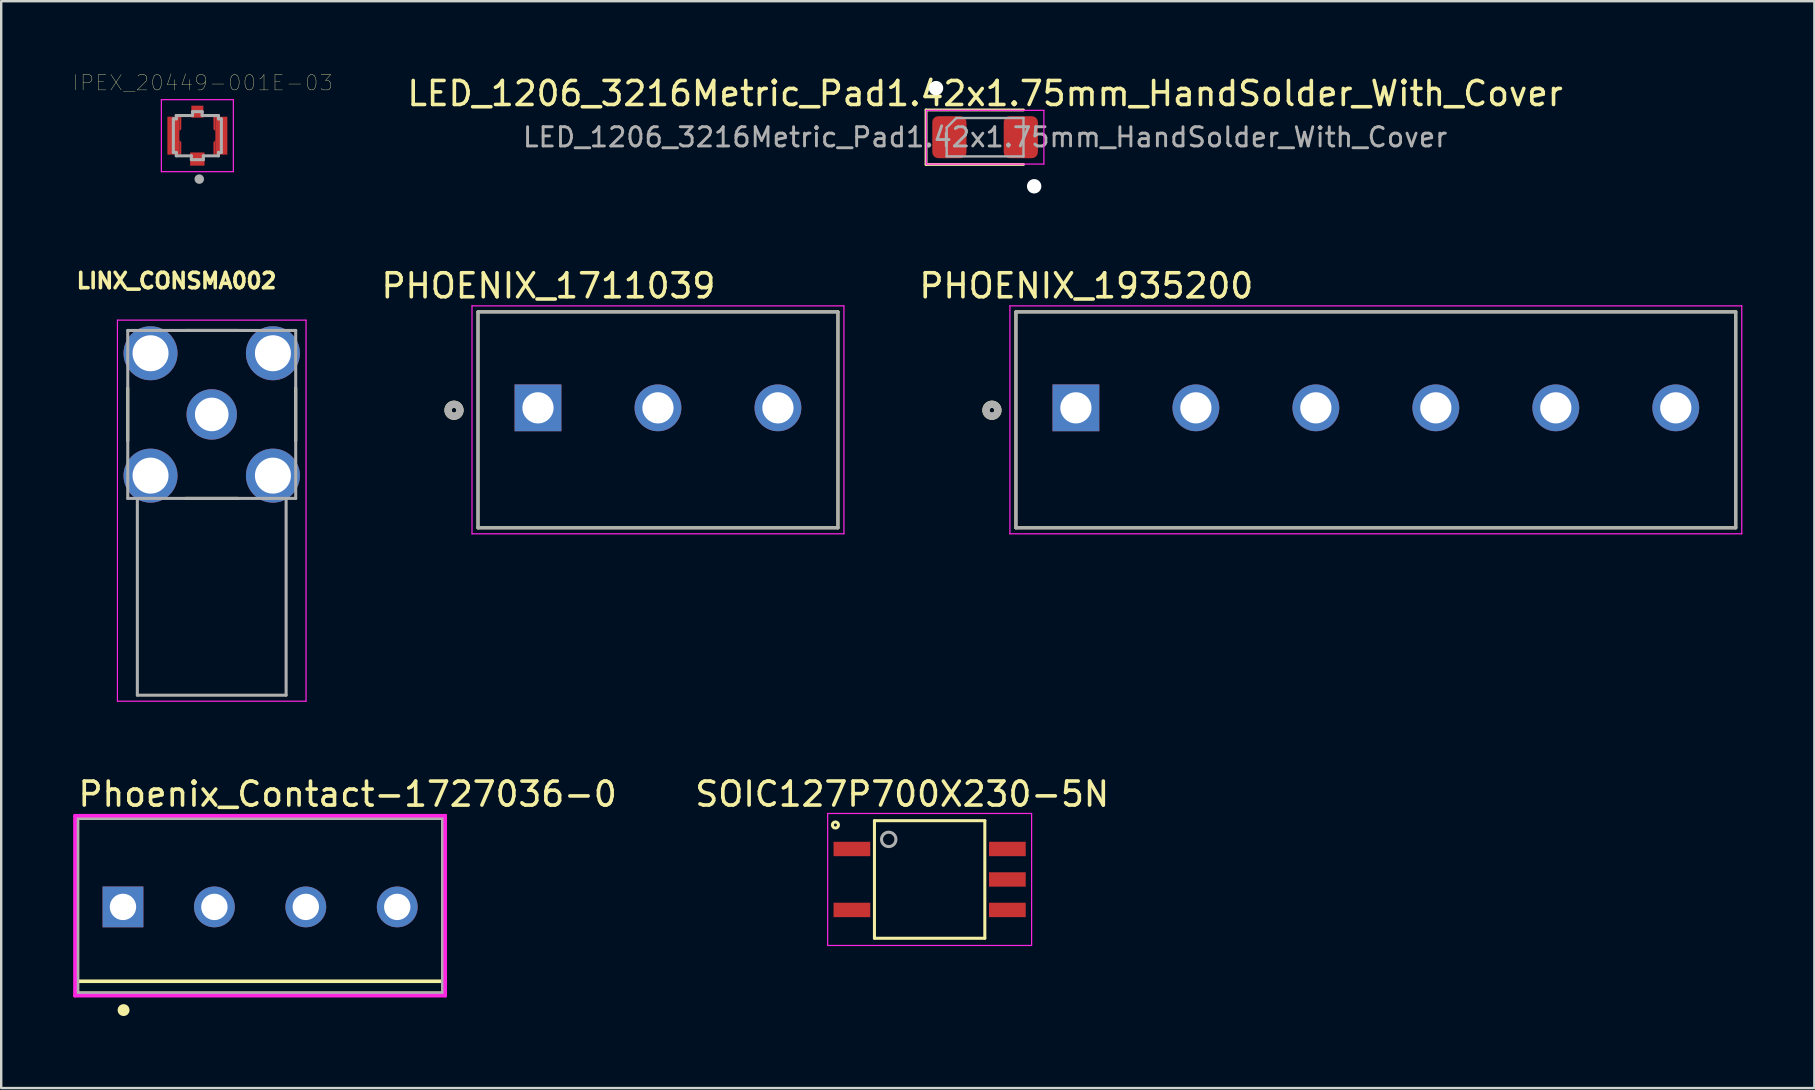
<source format=kicad_pcb>
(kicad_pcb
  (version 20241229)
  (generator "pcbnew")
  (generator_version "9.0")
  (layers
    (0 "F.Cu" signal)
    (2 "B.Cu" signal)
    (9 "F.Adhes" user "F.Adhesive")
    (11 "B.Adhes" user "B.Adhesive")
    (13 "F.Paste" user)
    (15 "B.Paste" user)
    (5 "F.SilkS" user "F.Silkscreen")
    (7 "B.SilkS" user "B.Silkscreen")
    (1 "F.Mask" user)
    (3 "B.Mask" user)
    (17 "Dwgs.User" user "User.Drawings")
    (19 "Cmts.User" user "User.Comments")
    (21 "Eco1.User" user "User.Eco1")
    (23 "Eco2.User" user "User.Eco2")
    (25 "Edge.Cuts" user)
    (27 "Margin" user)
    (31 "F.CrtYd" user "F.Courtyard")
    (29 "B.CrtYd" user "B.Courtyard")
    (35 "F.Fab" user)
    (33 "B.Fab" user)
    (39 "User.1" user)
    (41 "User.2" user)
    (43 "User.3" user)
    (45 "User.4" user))
  (footprint "Phoenix_Contact-1727036-0"
    (layer "F.Cu")
    (at 7.79 34.696)
    (property "Reference" "Phoenix_Contact-1727036-0" (at -7.665 -4.65 0) (layer "F.SilkS") (effects (font (size 1 1) (thickness 0.15)) (justify left)))
    (attr through_hole)
    (fp_line (start -7.615 -3.65) (end 7.615 -3.65) (stroke (width 0.15) (type solid)) (layer "F.SilkS"))
    (fp_line (start -7.615 3.65) (end -7.615 -3.65) (stroke (width 0.15) (type solid)) (layer "F.SilkS"))
    (fp_line (start 7.615 -3.65) (end 7.615 3.65) (stroke (width 0.15) (type solid)) (layer "F.SilkS"))
    (fp_line (start 7.615 3.15) (end -7.615 3.15) (stroke (width 0.15) (type solid)) (layer "F.SilkS"))
    (fp_line (start 7.615 3.65) (end -7.615 3.65) (stroke (width 0.15) (type solid)) (layer "F.SilkS"))
    (fp_circle (center -5.69 4.35) (end -5.565 4.35) (stroke (width 0.25) (type solid)) (fill no) (layer "F.SilkS"))
    (fp_line (start -7.715 -3.75) (end -7.715 3.75) (stroke (width 0.15) (type solid)) (layer "F.CrtYd"))
    (fp_line (start -7.715 3.75) (end 7.715 3.75) (stroke (width 0.15) (type solid)) (layer "F.CrtYd"))
    (fp_line (start 7.715 -3.75) (end -7.715 -3.75) (stroke (width 0.15) (type solid)) (layer "F.CrtYd"))
    (fp_line (start 7.715 -3.75) (end 7.715 -3.75) (stroke (width 0.15) (type solid)) (layer "F.CrtYd"))
    (fp_line (start 7.715 3.75) (end 7.715 -3.75) (stroke (width 0.15) (type solid)) (layer "F.CrtYd"))
    (fp_line (start -7.615 -3.65) (end 7.615 -3.65) (stroke (width 0.15) (type solid)) (layer "F.Fab"))
    (fp_line (start -7.615 3.65) (end -7.615 -3.65) (stroke (width 0.15) (type solid)) (layer "F.Fab"))
    (fp_line (start 7.615 -3.65) (end 7.615 3.65) (stroke (width 0.15) (type solid)) (layer "F.Fab"))
    (fp_line (start 7.615 3.65) (end -7.615 3.65) (stroke (width 0.15) (type solid)) (layer "F.Fab"))
    (pad "1" thru_hole rect (at -5.715 0.05) (size 1.7 1.7) (drill 1.1) (layers "*.Cu"))
    (pad "2" thru_hole circle (at -1.905 0.05) (size 1.7 1.7) (drill 1.1) (layers "*.Cu"))
    (pad "3" thru_hole circle (at 1.905 0.05) (size 1.7 1.7) (drill 1.1) (layers "*.Cu"))
    (pad "4" thru_hole circle (at 5.715 0.05) (size 1.7 1.7) (drill 1.1) (layers "*.Cu")))
  (footprint "LINX_CONSMA002"
    (layer "F.Cu")
    (at 5.774 14.222)
    (property "Reference" "LINX_CONSMA002" (at -1.468 -5.571 0) (layer "F.SilkS") (effects (font (size 0.64 0.64) (thickness 0.15))))
    (attr through_hole)
    (fp_line (start -3.5 -1.1) (end -3.5 1.1) (stroke (width 0.127) (type solid)) (layer "F.SilkS"))
    (fp_line (start -1.1 -3.5) (end 1.1 -3.5) (stroke (width 0.127) (type solid)) (layer "F.SilkS"))
    (fp_line (start -1.1 3.5) (end 1.1 3.5) (stroke (width 0.127) (type solid)) (layer "F.SilkS"))
    (fp_line (start 3.5 -1.1) (end 3.5 1.1) (stroke (width 0.127) (type solid)) (layer "F.SilkS"))
    (fp_line (start -3.93 -3.93) (end 3.93 -3.93) (stroke (width 0.05) (type solid)) (layer "F.CrtYd"))
    (fp_line (start -3.93 11.95) (end -3.93 -3.93) (stroke (width 0.05) (type solid)) (layer "F.CrtYd"))
    (fp_line (start 3.93 -3.93) (end 3.93 11.95) (stroke (width 0.05) (type solid)) (layer "F.CrtYd"))
    (fp_line (start 3.93 11.95) (end -3.93 11.95) (stroke (width 0.05) (type solid)) (layer "F.CrtYd"))
    (fp_line (start -3.5 -3.5) (end 3.5 -3.5) (stroke (width 0.127) (type solid)) (layer "F.Fab"))
    (fp_line (start -3.5 3.5) (end -3.5 -3.5) (stroke (width 0.127) (type solid)) (layer "F.Fab"))
    (fp_line (start -3.1 3.5) (end -3.5 3.5) (stroke (width 0.127) (type solid)) (layer "F.Fab"))
    (fp_line (start -3.1 3.5) (end -3.1 11.7) (stroke (width 0.127) (type solid)) (layer "F.Fab"))
    (fp_line (start -3.1 11.7) (end 3.1 11.7) (stroke (width 0.127) (type solid)) (layer "F.Fab"))
    (fp_line (start 3.1 3.5) (end -3.1 3.5) (stroke (width 0.127) (type solid)) (layer "F.Fab"))
    (fp_line (start 3.1 11.7) (end 3.1 3.5) (stroke (width 0.127) (type solid)) (layer "F.Fab"))
    (fp_line (start 3.5 -3.5) (end 3.5 3.5) (stroke (width 0.127) (type solid)) (layer "F.Fab"))
    (fp_line (start 3.5 3.5) (end 3.1 3.5) (stroke (width 0.127) (type solid)) (layer "F.Fab"))
    (pad "1" thru_hole circle (at 0 0) (size 2.1 2.1) (drill 1.4) (layers "*.Cu" "*.Mask"))
    (pad "2" thru_hole circle (at -2.55 -2.55) (size 2.25 2.25) (drill 1.5) (layers "*.Cu" "*.Mask"))
    (pad "2" thru_hole circle (at -2.55 2.55) (size 2.25 2.25) (drill 1.5) (layers "*.Cu" "*.Mask"))
    (pad "2" thru_hole circle (at 2.55 -2.55) (size 2.25 2.25) (drill 1.5) (layers "*.Cu" "*.Mask"))
    (pad "2" thru_hole circle (at 2.55 2.55) (size 2.25 2.25) (drill 1.5) (layers "*.Cu" "*.Mask")))
  (footprint "IPEX_20449-001E-03"
    (layer "F.Cu")
    (at 5.175 2.604)
    (property "Reference" "IPEX_20449-001E-03" (at 0.229 -2.203 0) (layer "F.SilkS") (effects (font (size 0.641 0.641) (thickness 0.015))))
    (attr through_hole)
    (fp_poly (pts (xy -0.75 -0.79) (xy -0.67 -0.79) (xy -0.67 -0.27) (xy -0.75 -0.19) (xy -0.75 0.19) (xy -0.67 0.27) (xy -0.67 0.79) (xy -0.75 0.79)) (stroke (width 0.001) (type solid)) (fill yes) (layer "F.Cu"))
    (fp_poly (pts (xy 0.75 0.79) (xy 0.67 0.79) (xy 0.67 0.27) (xy 0.75 0.19) (xy 0.75 -0.19) (xy 0.67 -0.27) (xy 0.67 -0.79) (xy 0.75 -0.79)) (stroke (width 0.001) (type solid)) (fill yes) (layer "F.Cu"))
    (fp_poly (pts (xy -0.67 0.27) (xy -0.75 0.19) (xy -0.75 -0.19) (xy -0.67 -0.27) (xy -0.67 -0.79) (xy -0.25 -0.79) (xy -0.25 -0.75) (xy 0.25 -0.75) (xy 0.25 -0.79) (xy 0.67 -0.79) (xy 0.67 -0.27) (xy 0.75 -0.19) (xy 0.75 0.19) (xy 0.67 0.27) (xy 0.67 0.79) (xy 0.3 0.79) (xy 0.3 0.7) (xy -0.3 0.7) (xy -0.3 0.79) (xy -0.67 0.79)) (stroke (width 0.001) (type solid)) (fill no) (layer "Dwgs.User"))
    (fp_poly (pts (xy -0.67 0.27) (xy -0.75 0.19) (xy -0.75 -0.19) (xy -0.67 -0.27) (xy -0.67 -0.79) (xy -0.25 -0.79) (xy -0.25 -0.75) (xy 0.25 -0.75) (xy 0.25 -0.79) (xy 0.67 -0.79) (xy 0.67 -0.27) (xy 0.75 -0.19) (xy 0.75 0.19) (xy 0.67 0.27) (xy 0.67 0.79) (xy 0.3 0.79) (xy 0.3 0.7) (xy -0.3 0.7) (xy -0.3 0.79) (xy -0.67 0.79)) (stroke (width 0.001) (type solid)) (fill no) (layer "Dwgs.User"))
    (fp_line (start -1.5 1.5) (end -1.5 -1.5) (stroke (width 0.05) (type solid)) (layer "F.CrtYd"))
    (fp_line (start -1.5 1.5) (end 1.5 1.5) (stroke (width 0.05) (type solid)) (layer "F.CrtYd"))
    (fp_line (start 1.5 -1.5) (end -1.5 -1.5) (stroke (width 0.05) (type solid)) (layer "F.CrtYd"))
    (fp_line (start 1.5 1.5) (end 1.5 -1.5) (stroke (width 0.05) (type solid)) (layer "F.CrtYd"))
    (fp_line (start -1 -0.7) (end -1 0.7) (stroke (width 0.127) (type solid)) (layer "F.Fab"))
    (fp_line (start -1 0.7) (end -0.88 0.7) (stroke (width 0.127) (type solid)) (layer "F.Fab"))
    (fp_line (start -0.88 -0.84) (end -0.88 -0.7) (stroke (width 0.127) (type solid)) (layer "F.Fab"))
    (fp_line (start -0.88 -0.7) (end -1 -0.7) (stroke (width 0.127) (type solid)) (layer "F.Fab"))
    (fp_line (start -0.88 0.7) (end -0.88 0.84) (stroke (width 0.127) (type solid)) (layer "F.Fab"))
    (fp_line (start -0.88 0.84) (end -0.25 0.84) (stroke (width 0.127) (type solid)) (layer "F.Fab"))
    (fp_line (start -0.25 0.84) (end -0.25 1) (stroke (width 0.127) (type solid)) (layer "F.Fab"))
    (fp_line (start -0.25 1) (end 0.25 1) (stroke (width 0.127) (type solid)) (layer "F.Fab"))
    (fp_line (start -0.2 -1) (end -0.2 -0.84) (stroke (width 0.127) (type solid)) (layer "F.Fab"))
    (fp_line (start -0.2 -0.84) (end -0.88 -0.84) (stroke (width 0.127) (type solid)) (layer "F.Fab"))
    (fp_line (start 0.2 -1) (end -0.2 -1) (stroke (width 0.127) (type solid)) (layer "F.Fab"))
    (fp_line (start 0.2 -0.84) (end 0.2 -1) (stroke (width 0.127) (type solid)) (layer "F.Fab"))
    (fp_line (start 0.25 0.84) (end 0.88 0.84) (stroke (width 0.127) (type solid)) (layer "F.Fab"))
    (fp_line (start 0.25 1) (end 0.25 0.84) (stroke (width 0.127) (type solid)) (layer "F.Fab"))
    (fp_line (start 0.88 -0.84) (end 0.2 -0.84) (stroke (width 0.127) (type solid)) (layer "F.Fab"))
    (fp_line (start 0.88 -0.7) (end 0.88 -0.84) (stroke (width 0.127) (type solid)) (layer "F.Fab"))
    (fp_line (start 0.88 0.7) (end 1 0.7) (stroke (width 0.127) (type solid)) (layer "F.Fab"))
    (fp_line (start 0.88 0.84) (end 0.88 0.7) (stroke (width 0.127) (type solid)) (layer "F.Fab"))
    (fp_line (start 1 -0.7) (end 0.88 -0.7) (stroke (width 0.127) (type solid)) (layer "F.Fab"))
    (fp_line (start 1 0.7) (end 1 -0.7) (stroke (width 0.127) (type solid)) (layer "F.Fab"))
    (fp_circle (center 0.08 1.81) (end 0.18 1.81) (stroke (width 0.2) (type solid)) (fill no) (layer "F.Fab"))
    (pad "1" smd rect (at 0 0.975) (size 0.6 0.55) (layers "F.Cu" "F.Mask" "F.Paste"))
    (pad "2" smd rect (at 1 0) (size 0.5 1.58) (layers "F.Cu" "F.Mask" "F.Paste"))
    (pad "3" smd rect (at -1 0) (size 0.5 1.58) (layers "F.Cu" "F.Mask" "F.Paste"))
    (pad "4" smd rect (at 0 -1) (size 0.5 0.5) (layers "F.Cu" "F.Mask" "F.Paste")))
  (footprint "PHOENIX_1935200"
    (layer "F.Cu")
    (at 54.289 13.947)
    (property "Reference" "PHOENIX_1935200" (at -12.065 -5.085 0) (layer "F.SilkS") (effects (font (size 1 1) (thickness 0.15))))
    (attr through_hole)
    (fp_line (start -15 -4) (end 15 -4) (stroke (width 0.127) (type solid)) (layer "F.SilkS"))
    (fp_line (start -15 5) (end -15 -4) (stroke (width 0.127) (type solid)) (layer "F.SilkS"))
    (fp_line (start 15 -4) (end 15 5) (stroke (width 0.127) (type solid)) (layer "F.SilkS"))
    (fp_line (start 15 5) (end -15 5) (stroke (width 0.127) (type solid)) (layer "F.SilkS"))
    (fp_circle (center -16 0.1) (end -15.9 0.1) (stroke (width 0.3) (type solid)) (fill no) (layer "F.SilkS"))
    (fp_line (start -15.25 -4.25) (end 15.25 -4.25) (stroke (width 0.05) (type solid)) (layer "F.CrtYd"))
    (fp_line (start -15.25 5.25) (end -15.25 -4.25) (stroke (width 0.05) (type solid)) (layer "F.CrtYd"))
    (fp_line (start 15.25 -4.25) (end 15.25 5.25) (stroke (width 0.05) (type solid)) (layer "F.CrtYd"))
    (fp_line (start 15.25 5.25) (end -15.25 5.25) (stroke (width 0.05) (type solid)) (layer "F.CrtYd"))
    (fp_line (start -15 -4) (end 15 -4) (stroke (width 0.127) (type solid)) (layer "F.Fab"))
    (fp_line (start -15 5) (end -15 -4) (stroke (width 0.127) (type solid)) (layer "F.Fab"))
    (fp_line (start 15 -4) (end 15 5) (stroke (width 0.127) (type solid)) (layer "F.Fab"))
    (fp_line (start 15 5) (end -15 5) (stroke (width 0.127) (type solid)) (layer "F.Fab"))
    (fp_circle (center -16 0.1) (end -15.9 0.1) (stroke (width 0.3) (type solid)) (fill no) (layer "F.Fab"))
    (pad "1" thru_hole rect (at -12.5 0) (size 1.95 1.95) (drill 1.3) (layers "*.Cu" "*.Mask"))
    (pad "2" thru_hole circle (at -7.5 0) (size 1.95 1.95) (drill 1.3) (layers "*.Cu" "*.Mask"))
    (pad "3" thru_hole circle (at -2.5 0) (size 1.95 1.95) (drill 1.3) (layers "*.Cu" "*.Mask"))
    (pad "4" thru_hole circle (at 2.5 0) (size 1.95 1.95) (drill 1.3) (layers "*.Cu" "*.Mask"))
    (pad "5" thru_hole circle (at 7.5 0) (size 1.95 1.95) (drill 1.3) (layers "*.Cu" "*.Mask"))
    (pad "6" thru_hole circle (at 12.5 0) (size 1.95 1.95) (drill 1.3) (layers "*.Cu" "*.Mask")))
  (footprint "LED_1206_3216Metric_Pad1.42x1.75mm_HandSolder_With_Cover"
    (layer "F.Cu")
    (at 38.004 2.668)
    (property "Reference" "LED_1206_3216Metric_Pad1.42x1.75mm_HandSolder_With_Cover" (at 0 -1.82 0) (layer "F.SilkS") (effects (font (size 1 1) (thickness 0.15))))
    (attr smd)
    (fp_line (start -2.46 -1.135) (end -2.46 1.135) (stroke (width 0.12) (type solid)) (layer "F.SilkS"))
    (fp_line (start -2.46 1.135) (end 1.6 1.135) (stroke (width 0.12) (type solid)) (layer "F.SilkS"))
    (fp_line (start 1.6 -1.135) (end -2.46 -1.135) (stroke (width 0.12) (type solid)) (layer "F.SilkS"))
    (fp_line (start -2.45 -1.12) (end 2.45 -1.12) (stroke (width 0.05) (type solid)) (layer "F.CrtYd"))
    (fp_line (start -2.45 1.12) (end -2.45 -1.12) (stroke (width 0.05) (type solid)) (layer "F.CrtYd"))
    (fp_line (start 2.45 -1.12) (end 2.45 1.12) (stroke (width 0.05) (type solid)) (layer "F.CrtYd"))
    (fp_line (start 2.45 1.12) (end -2.45 1.12) (stroke (width 0.05) (type solid)) (layer "F.CrtYd"))
    (fp_line (start -1.6 -0.4) (end -1.6 0.8) (stroke (width 0.1) (type solid)) (layer "F.Fab"))
    (fp_line (start -1.6 0.8) (end 1.6 0.8) (stroke (width 0.1) (type solid)) (layer "F.Fab"))
    (fp_line (start -1.2 -0.8) (end -1.6 -0.4) (stroke (width 0.1) (type solid)) (layer "F.Fab"))
    (fp_line (start 1.6 -0.8) (end -1.2 -0.8) (stroke (width 0.1) (type solid)) (layer "F.Fab"))
    (fp_line (start 1.6 0.8) (end 1.6 -0.8) (stroke (width 0.1) (type solid)) (layer "F.Fab"))
    (fp_text user "${REFERENCE}" (at 0 0 0) (layer "F.Fab") (effects (font (size 0.8 0.8) (thickness 0.12))))
    (pad "" np_thru_hole circle (at -2.045 -2.045) (size 0.6 0.6) (drill 0.6) (layers "*.Cu" "*.Mask"))
    (pad "" np_thru_hole circle (at 2.045 2.045) (size 0.6 0.6) (drill 0.6) (layers "*.Cu" "*.Mask"))
    (pad "1" smd roundrect (at -1.488 0) (size 1.425 1.75) (layers "F.Cu" "F.Mask" "F.Paste") (roundrect_rratio 0.175))
    (pad "2" smd roundrect (at 1.488 0) (size 1.425 1.75) (layers "F.Cu" "F.Mask" "F.Paste") (roundrect_rratio 0.175)))
  (footprint "PHOENIX_1711039"
    (layer "F.Cu")
    (at 24.371 13.947)
    (property "Reference" "PHOENIX_1711039" (at -4.565 -5.085 0) (layer "F.SilkS") (effects (font (size 1 1) (thickness 0.15))))
    (attr through_hole)
    (fp_line (start -7.5 -4) (end 7.5 -4) (stroke (width 0.127) (type solid)) (layer "F.SilkS"))
    (fp_line (start -7.5 5) (end -7.5 -4) (stroke (width 0.127) (type solid)) (layer "F.SilkS"))
    (fp_line (start 7.5 -4) (end 7.5 5) (stroke (width 0.127) (type solid)) (layer "F.SilkS"))
    (fp_line (start 7.5 5) (end -7.5 5) (stroke (width 0.127) (type solid)) (layer "F.SilkS"))
    (fp_circle (center -8.5 0.1) (end -8.4 0.1) (stroke (width 0.3) (type solid)) (fill no) (layer "F.SilkS"))
    (fp_line (start -7.75 -4.25) (end 7.75 -4.25) (stroke (width 0.05) (type solid)) (layer "F.CrtYd"))
    (fp_line (start -7.75 5.25) (end -7.75 -4.25) (stroke (width 0.05) (type solid)) (layer "F.CrtYd"))
    (fp_line (start 7.75 -4.25) (end 7.75 5.25) (stroke (width 0.05) (type solid)) (layer "F.CrtYd"))
    (fp_line (start 7.75 5.25) (end -7.75 5.25) (stroke (width 0.05) (type solid)) (layer "F.CrtYd"))
    (fp_line (start -7.5 -4) (end 7.5 -4) (stroke (width 0.127) (type solid)) (layer "F.Fab"))
    (fp_line (start -7.5 5) (end -7.5 -4) (stroke (width 0.127) (type solid)) (layer "F.Fab"))
    (fp_line (start 7.5 -4) (end 7.5 5) (stroke (width 0.127) (type solid)) (layer "F.Fab"))
    (fp_line (start 7.5 5) (end -7.5 5) (stroke (width 0.127) (type solid)) (layer "F.Fab"))
    (fp_circle (center -8.5 0.1) (end -8.4 0.1) (stroke (width 0.3) (type solid)) (fill no) (layer "F.Fab"))
    (pad "1" thru_hole rect (at -5 0) (size 1.95 1.95) (drill 1.3) (layers "*.Cu" "*.Mask"))
    (pad "2" thru_hole circle (at 0 0) (size 1.95 1.95) (drill 1.3) (layers "*.Cu" "*.Mask"))
    (pad "3" thru_hole circle (at 5 0) (size 1.95 1.95) (drill 1.3) (layers "*.Cu" "*.Mask")))
  (footprint "SOIC127P700X230-5N"
    (layer "F.Cu")
    (at 35.693 33.602)
    (property "Reference" "SOIC127P700X230-5N" (at -1.143 -3.557 0) (layer "F.SilkS") (effects (font (size 1 1) (thickness 0.15))))
    (attr smd)
    (fp_line (start -2.3 -2.45) (end -2.3 2.45) (stroke (width 0.127) (type solid)) (layer "F.SilkS"))
    (fp_line (start -2.3 2.45) (end 2.3 2.45) (stroke (width 0.127) (type solid)) (layer "F.SilkS"))
    (fp_line (start 2.3 -2.45) (end -2.3 -2.45) (stroke (width 0.127) (type solid)) (layer "F.SilkS"))
    (fp_line (start 2.3 2.45) (end 2.3 -2.45) (stroke (width 0.127) (type solid)) (layer "F.SilkS"))
    (fp_circle (center -3.926 -2.27) (end -3.799 -2.27) (stroke (width 0.127) (type solid)) (fill no) (layer "F.SilkS"))
    (fp_line (start -4.25 -2.75) (end 4.25 -2.75) (stroke (width 0.05) (type solid)) (layer "F.CrtYd"))
    (fp_line (start -4.25 2.75) (end -4.25 -2.75) (stroke (width 0.05) (type solid)) (layer "F.CrtYd"))
    (fp_line (start 4.25 -2.75) (end 4.25 2.75) (stroke (width 0.05) (type solid)) (layer "F.CrtYd"))
    (fp_line (start 4.25 2.75) (end -4.25 2.75) (stroke (width 0.05) (type solid)) (layer "F.CrtYd"))
    (fp_circle (center -1.705 -1.67) (end -1.405 -1.67) (stroke (width 0.127) (type solid)) (fill no) (layer "F.Fab"))
    (pad "1" smd rect (at -3.24 -1.27) (size 1.53 0.6) (layers "F.Cu" "F.Mask" "F.Paste"))
    (pad "3" smd rect (at -3.24 1.27) (size 1.53 0.6) (layers "F.Cu" "F.Mask" "F.Paste"))
    (pad "4" smd rect (at 3.24 1.27) (size 1.53 0.6) (layers "F.Cu" "F.Mask" "F.Paste"))
    (pad "5" smd rect (at 3.24 0) (size 1.53 0.6) (layers "F.Cu" "F.Mask" "F.Paste"))
    (pad "6" smd rect (at 3.24 -1.27) (size 1.53 0.6) (layers "F.Cu" "F.Mask" "F.Paste")))
  (gr_rect
    (start -3 -3)
    (end 72.564 42.296)
    (stroke (width 0.1) (type default))
    (fill no)
    (layer "Edge.Cuts")))
</source>
